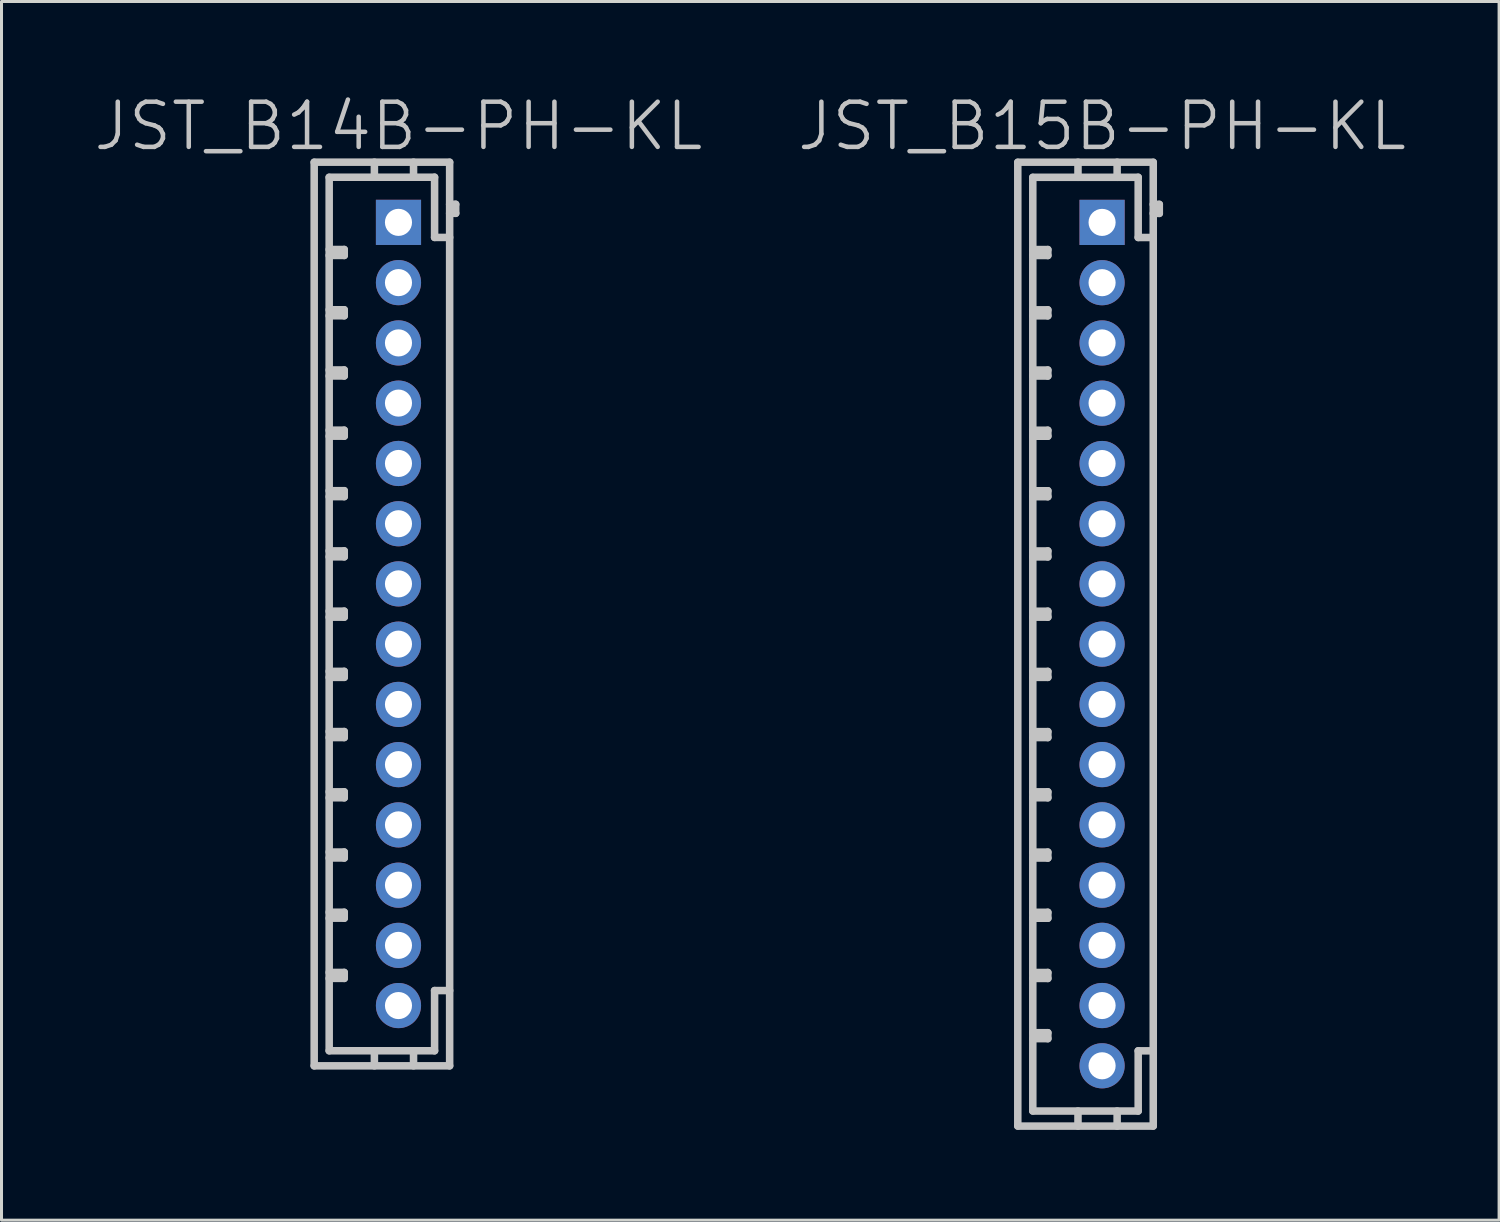
<source format=kicad_pcb>
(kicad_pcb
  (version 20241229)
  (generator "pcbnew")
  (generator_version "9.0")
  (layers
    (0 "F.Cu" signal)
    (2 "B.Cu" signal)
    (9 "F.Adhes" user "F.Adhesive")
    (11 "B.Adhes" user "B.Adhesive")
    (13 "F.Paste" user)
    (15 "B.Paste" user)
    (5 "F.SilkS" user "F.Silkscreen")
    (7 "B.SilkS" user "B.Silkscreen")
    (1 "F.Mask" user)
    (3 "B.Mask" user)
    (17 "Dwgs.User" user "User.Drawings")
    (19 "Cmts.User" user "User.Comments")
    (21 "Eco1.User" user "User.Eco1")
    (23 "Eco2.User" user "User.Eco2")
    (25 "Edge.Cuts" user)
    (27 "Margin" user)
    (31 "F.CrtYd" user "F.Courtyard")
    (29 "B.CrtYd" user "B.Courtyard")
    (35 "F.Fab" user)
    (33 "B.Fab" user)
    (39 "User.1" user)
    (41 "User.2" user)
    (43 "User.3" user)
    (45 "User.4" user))
  (footprint "JST_B15B-PH-KL"
    (layer "F.Cu")
    (at 33.546 18.341)
    (property "Reference" "JST_B15B-PH-KL" (at 0 -17.2 180) (layer "Dwgs.User") (effects (font (size 1.5 1.5) (thickness 0.15))))
    (attr through_hole)
    (fp_line (start -2.799 15.999) (end -2.799 -15.999) (stroke (width 0.25) (type solid)) (layer "Dwgs.User"))
    (fp_line (start -2.301 -15.499) (end -2.301 15.499) (stroke (width 0.25) (type solid)) (layer "Dwgs.User"))
    (fp_line (start -2.301 -13.104) (end -1.801 -13.104) (stroke (width 0.25) (type solid)) (layer "Dwgs.User"))
    (fp_line (start -2.301 -11.102) (end -1.801 -11.102) (stroke (width 0.25) (type solid)) (layer "Dwgs.User"))
    (fp_line (start -2.301 -9.103) (end -1.801 -9.103) (stroke (width 0.25) (type solid)) (layer "Dwgs.User"))
    (fp_line (start -2.301 -7.104) (end -1.801 -7.104) (stroke (width 0.25) (type solid)) (layer "Dwgs.User"))
    (fp_line (start -2.301 -5.095) (end -1.801 -5.095) (stroke (width 0.25) (type solid)) (layer "Dwgs.User"))
    (fp_line (start -2.301 -3.096) (end -1.801 -3.096) (stroke (width 0.25) (type solid)) (layer "Dwgs.User"))
    (fp_line (start -2.301 -1.095) (end -1.801 -1.095) (stroke (width 0.25) (type solid)) (layer "Dwgs.User"))
    (fp_line (start -2.301 0.904) (end -1.801 0.904) (stroke (width 0.25) (type solid)) (layer "Dwgs.User"))
    (fp_line (start -2.301 2.903) (end -1.801 2.903) (stroke (width 0.25) (type solid)) (layer "Dwgs.User"))
    (fp_line (start -2.301 4.902) (end -1.801 4.902) (stroke (width 0.25) (type solid)) (layer "Dwgs.User"))
    (fp_line (start -2.301 6.904) (end -1.801 6.904) (stroke (width 0.25) (type solid)) (layer "Dwgs.User"))
    (fp_line (start -2.301 8.903) (end -1.801 8.903) (stroke (width 0.25) (type solid)) (layer "Dwgs.User"))
    (fp_line (start -2.301 10.902) (end -1.801 10.902) (stroke (width 0.25) (type solid)) (layer "Dwgs.User"))
    (fp_line (start -2.301 12.901) (end -1.801 12.901) (stroke (width 0.25) (type solid)) (layer "Dwgs.User"))
    (fp_line (start -2.301 15.502) (end 1.199 15.502) (stroke (width 0.25) (type solid)) (layer "Dwgs.User"))
    (fp_line (start -1.801 -13.104) (end -1.801 -12.906) (stroke (width 0.25) (type solid)) (layer "Dwgs.User"))
    (fp_line (start -1.801 -12.906) (end -2.301 -12.906) (stroke (width 0.25) (type solid)) (layer "Dwgs.User"))
    (fp_line (start -1.801 -11.102) (end -1.801 -10.904) (stroke (width 0.25) (type solid)) (layer "Dwgs.User"))
    (fp_line (start -1.801 -10.904) (end -2.301 -10.904) (stroke (width 0.25) (type solid)) (layer "Dwgs.User"))
    (fp_line (start -1.801 -9.103) (end -1.801 -8.905) (stroke (width 0.25) (type solid)) (layer "Dwgs.User"))
    (fp_line (start -1.801 -8.905) (end -2.301 -8.905) (stroke (width 0.25) (type solid)) (layer "Dwgs.User"))
    (fp_line (start -1.801 -7.104) (end -1.801 -6.906) (stroke (width 0.25) (type solid)) (layer "Dwgs.User"))
    (fp_line (start -1.801 -6.906) (end -2.301 -6.906) (stroke (width 0.25) (type solid)) (layer "Dwgs.User"))
    (fp_line (start -1.801 -5.095) (end -1.801 -4.897) (stroke (width 0.25) (type solid)) (layer "Dwgs.User"))
    (fp_line (start -1.801 -4.897) (end -2.301 -4.897) (stroke (width 0.25) (type solid)) (layer "Dwgs.User"))
    (fp_line (start -1.801 -3.096) (end -1.801 -2.898) (stroke (width 0.25) (type solid)) (layer "Dwgs.User"))
    (fp_line (start -1.801 -2.898) (end -2.301 -2.898) (stroke (width 0.25) (type solid)) (layer "Dwgs.User"))
    (fp_line (start -1.801 -1.095) (end -1.801 -0.897) (stroke (width 0.25) (type solid)) (layer "Dwgs.User"))
    (fp_line (start -1.801 -0.897) (end -2.301 -0.897) (stroke (width 0.25) (type solid)) (layer "Dwgs.User"))
    (fp_line (start -1.801 0.904) (end -1.801 1.102) (stroke (width 0.25) (type solid)) (layer "Dwgs.User"))
    (fp_line (start -1.801 1.102) (end -2.301 1.102) (stroke (width 0.25) (type solid)) (layer "Dwgs.User"))
    (fp_line (start -1.801 2.903) (end -1.801 3.101) (stroke (width 0.25) (type solid)) (layer "Dwgs.User"))
    (fp_line (start -1.801 3.101) (end -2.301 3.101) (stroke (width 0.25) (type solid)) (layer "Dwgs.User"))
    (fp_line (start -1.801 4.902) (end -1.801 5.1) (stroke (width 0.25) (type solid)) (layer "Dwgs.User"))
    (fp_line (start -1.801 5.1) (end -2.301 5.1) (stroke (width 0.25) (type solid)) (layer "Dwgs.User"))
    (fp_line (start -1.801 6.904) (end -1.801 7.102) (stroke (width 0.25) (type solid)) (layer "Dwgs.User"))
    (fp_line (start -1.801 7.102) (end -2.301 7.102) (stroke (width 0.25) (type solid)) (layer "Dwgs.User"))
    (fp_line (start -1.801 8.903) (end -1.801 9.101) (stroke (width 0.25) (type solid)) (layer "Dwgs.User"))
    (fp_line (start -1.801 9.101) (end -2.301 9.101) (stroke (width 0.25) (type solid)) (layer "Dwgs.User"))
    (fp_line (start -1.801 10.902) (end -1.801 11.1) (stroke (width 0.25) (type solid)) (layer "Dwgs.User"))
    (fp_line (start -1.801 11.1) (end -2.301 11.1) (stroke (width 0.25) (type solid)) (layer "Dwgs.User"))
    (fp_line (start -1.801 12.901) (end -1.801 13.099) (stroke (width 0.25) (type solid)) (layer "Dwgs.User"))
    (fp_line (start -1.801 13.099) (end -2.301 13.099) (stroke (width 0.25) (type solid)) (layer "Dwgs.User"))
    (fp_line (start -0.8 -15.504) (end -0.8 -16.005) (stroke (width 0.25) (type solid)) (layer "Dwgs.User"))
    (fp_line (start -0.8 15.502) (end -0.8 16.002) (stroke (width 0.25) (type solid)) (layer "Dwgs.User"))
    (fp_line (start 0.5 -15.504) (end 0.5 -16.005) (stroke (width 0.25) (type solid)) (layer "Dwgs.User"))
    (fp_line (start 0.5 16.002) (end 0.5 15.502) (stroke (width 0.25) (type solid)) (layer "Dwgs.User"))
    (fp_line (start 1.199 -15.504) (end -2.301 -15.504) (stroke (width 0.25) (type solid)) (layer "Dwgs.User"))
    (fp_line (start 1.199 -13.505) (end 1.199 -15.504) (stroke (width 0.25) (type solid)) (layer "Dwgs.User"))
    (fp_line (start 1.199 13.503) (end 1.699 13.503) (stroke (width 0.25) (type solid)) (layer "Dwgs.User"))
    (fp_line (start 1.199 15.502) (end 1.199 13.503) (stroke (width 0.25) (type solid)) (layer "Dwgs.User"))
    (fp_line (start 1.699 -16.005) (end -2.799 -16.005) (stroke (width 0.25) (type solid)) (layer "Dwgs.User"))
    (fp_line (start 1.699 -14.305) (end 1.9 -14.305) (stroke (width 0.25) (type solid)) (layer "Dwgs.User"))
    (fp_line (start 1.699 -13.505) (end 1.199 -13.505) (stroke (width 0.25) (type solid)) (layer "Dwgs.User"))
    (fp_line (start 1.699 15.999) (end 1.699 -15.999) (stroke (width 0.25) (type solid)) (layer "Dwgs.User"))
    (fp_line (start 1.699 16.002) (end -2.799 16.002) (stroke (width 0.25) (type solid)) (layer "Dwgs.User"))
    (fp_line (start 1.9 -14.605) (end 1.699 -14.605) (stroke (width 0.25) (type solid)) (layer "Dwgs.User"))
    (fp_line (start 1.9 -14.305) (end 1.9 -14.605) (stroke (width 0.25) (type solid)) (layer "Dwgs.User"))
    (pad "1" thru_hole rect (at 0 -14.006) (size 1.5 1.5) (drill 0.9) (layers "*.Cu" "*.Mask"))
    (pad "2" thru_hole circle (at 0 -12.004 270) (size 1.5 1.5) (drill 0.9) (layers "*.Cu" "*.Mask"))
    (pad "3" thru_hole circle (at 0 -10.003 270) (size 1.5 1.5) (drill 0.9) (layers "*.Cu" "*.Mask"))
    (pad "4" thru_hole circle (at 0 -8.004 270) (size 1.5 1.5) (drill 0.9) (layers "*.Cu" "*.Mask"))
    (pad "5" thru_hole circle (at 0 -5.999 270) (size 1.5 1.5) (drill 0.9) (layers "*.Cu" "*.Mask"))
    (pad "6" thru_hole circle (at 0 -3.998 270) (size 1.5 1.5) (drill 0.9) (layers "*.Cu" "*.Mask"))
    (pad "7" thru_hole circle (at 0 -2.002 270) (size 1.5 1.5) (drill 0.9) (layers "*.Cu" "*.Mask"))
    (pad "8" thru_hole circle (at 0 -0.003 270) (size 1.5 1.5) (drill 0.9) (layers "*.Cu" "*.Mask"))
    (pad "9" thru_hole circle (at 0 1.999 270) (size 1.5 1.5) (drill 0.9) (layers "*.Cu" "*.Mask"))
    (pad "10" thru_hole circle (at 0 3.998 270) (size 1.5 1.5) (drill 0.9) (layers "*.Cu" "*.Mask"))
    (pad "11" thru_hole circle (at 0 5.999 270) (size 1.5 1.5) (drill 0.9) (layers "*.Cu" "*.Mask"))
    (pad "12" thru_hole circle (at 0 8.001 270) (size 1.5 1.5) (drill 0.9) (layers "*.Cu" "*.Mask"))
    (pad "13" thru_hole circle (at 0 10 270) (size 1.5 1.5) (drill 0.9) (layers "*.Cu" "*.Mask"))
    (pad "14" thru_hole circle (at 0 11.999 270) (size 1.5 1.5) (drill 0.9) (layers "*.Cu" "*.Mask"))
    (pad "15" thru_hole circle (at 0 14 270) (size 1.5 1.5) (drill 0.9) (layers "*.Cu" "*.Mask")))
  (footprint "JST_B14B-PH-KL"
    (layer "F.Cu")
    (at 10.182 17.341)
    (property "Reference" "JST_B14B-PH-KL" (at 0 -16.2 180) (layer "Dwgs.User") (effects (font (size 1.5 1.5) (thickness 0.15))))
    (attr through_hole)
    (fp_line (start -2.799 -15.001) (end -2.799 15.001) (stroke (width 0.25) (type solid)) (layer "Dwgs.User"))
    (fp_line (start -2.301 -12.106) (end -1.801 -12.106) (stroke (width 0.25) (type solid)) (layer "Dwgs.User"))
    (fp_line (start -2.301 -10.104) (end -1.801 -10.104) (stroke (width 0.25) (type solid)) (layer "Dwgs.User"))
    (fp_line (start -2.301 -8.105) (end -1.801 -8.105) (stroke (width 0.25) (type solid)) (layer "Dwgs.User"))
    (fp_line (start -2.301 -6.106) (end -1.801 -6.106) (stroke (width 0.25) (type solid)) (layer "Dwgs.User"))
    (fp_line (start -2.301 -4.097) (end -1.801 -4.097) (stroke (width 0.25) (type solid)) (layer "Dwgs.User"))
    (fp_line (start -2.301 -2.098) (end -1.801 -2.098) (stroke (width 0.25) (type solid)) (layer "Dwgs.User"))
    (fp_line (start -2.301 -0.097) (end -1.801 -0.097) (stroke (width 0.25) (type solid)) (layer "Dwgs.User"))
    (fp_line (start -2.301 1.902) (end -1.801 1.902) (stroke (width 0.25) (type solid)) (layer "Dwgs.User"))
    (fp_line (start -2.301 3.901) (end -1.801 3.901) (stroke (width 0.25) (type solid)) (layer "Dwgs.User"))
    (fp_line (start -2.301 5.903) (end -1.801 5.903) (stroke (width 0.25) (type solid)) (layer "Dwgs.User"))
    (fp_line (start -2.301 7.902) (end -1.801 7.902) (stroke (width 0.25) (type solid)) (layer "Dwgs.User"))
    (fp_line (start -2.301 9.901) (end -1.801 9.901) (stroke (width 0.25) (type solid)) (layer "Dwgs.User"))
    (fp_line (start -2.301 11.9) (end -1.801 11.9) (stroke (width 0.25) (type solid)) (layer "Dwgs.User"))
    (fp_line (start -2.301 14.501) (end -2.301 -14.501) (stroke (width 0.25) (type solid)) (layer "Dwgs.User"))
    (fp_line (start -2.301 14.501) (end 1.199 14.501) (stroke (width 0.25) (type solid)) (layer "Dwgs.User"))
    (fp_line (start -1.801 -12.106) (end -1.801 -11.908) (stroke (width 0.25) (type solid)) (layer "Dwgs.User"))
    (fp_line (start -1.801 -11.908) (end -2.301 -11.908) (stroke (width 0.25) (type solid)) (layer "Dwgs.User"))
    (fp_line (start -1.801 -10.104) (end -1.801 -9.906) (stroke (width 0.25) (type solid)) (layer "Dwgs.User"))
    (fp_line (start -1.801 -9.906) (end -2.301 -9.906) (stroke (width 0.25) (type solid)) (layer "Dwgs.User"))
    (fp_line (start -1.801 -8.105) (end -1.801 -7.907) (stroke (width 0.25) (type solid)) (layer "Dwgs.User"))
    (fp_line (start -1.801 -7.907) (end -2.301 -7.907) (stroke (width 0.25) (type solid)) (layer "Dwgs.User"))
    (fp_line (start -1.801 -6.106) (end -1.801 -5.908) (stroke (width 0.25) (type solid)) (layer "Dwgs.User"))
    (fp_line (start -1.801 -5.908) (end -2.301 -5.908) (stroke (width 0.25) (type solid)) (layer "Dwgs.User"))
    (fp_line (start -1.801 -4.097) (end -1.801 -3.899) (stroke (width 0.25) (type solid)) (layer "Dwgs.User"))
    (fp_line (start -1.801 -3.899) (end -2.301 -3.899) (stroke (width 0.25) (type solid)) (layer "Dwgs.User"))
    (fp_line (start -1.801 -2.098) (end -1.801 -1.9) (stroke (width 0.25) (type solid)) (layer "Dwgs.User"))
    (fp_line (start -1.801 -1.9) (end -2.301 -1.9) (stroke (width 0.25) (type solid)) (layer "Dwgs.User"))
    (fp_line (start -1.801 -0.097) (end -1.801 0.102) (stroke (width 0.25) (type solid)) (layer "Dwgs.User"))
    (fp_line (start -1.801 0.102) (end -2.301 0.102) (stroke (width 0.25) (type solid)) (layer "Dwgs.User"))
    (fp_line (start -1.801 1.902) (end -1.801 2.101) (stroke (width 0.25) (type solid)) (layer "Dwgs.User"))
    (fp_line (start -1.801 2.101) (end -2.301 2.101) (stroke (width 0.25) (type solid)) (layer "Dwgs.User"))
    (fp_line (start -1.801 3.901) (end -1.801 4.1) (stroke (width 0.25) (type solid)) (layer "Dwgs.User"))
    (fp_line (start -1.801 4.1) (end -2.301 4.1) (stroke (width 0.25) (type solid)) (layer "Dwgs.User"))
    (fp_line (start -1.801 5.903) (end -1.801 6.101) (stroke (width 0.25) (type solid)) (layer "Dwgs.User"))
    (fp_line (start -1.801 6.101) (end -2.301 6.101) (stroke (width 0.25) (type solid)) (layer "Dwgs.User"))
    (fp_line (start -1.801 7.902) (end -1.801 8.1) (stroke (width 0.25) (type solid)) (layer "Dwgs.User"))
    (fp_line (start -1.801 8.1) (end -2.301 8.1) (stroke (width 0.25) (type solid)) (layer "Dwgs.User"))
    (fp_line (start -1.801 9.901) (end -1.801 10.099) (stroke (width 0.25) (type solid)) (layer "Dwgs.User"))
    (fp_line (start -1.801 10.099) (end -2.301 10.099) (stroke (width 0.25) (type solid)) (layer "Dwgs.User"))
    (fp_line (start -1.801 11.9) (end -1.801 12.098) (stroke (width 0.25) (type solid)) (layer "Dwgs.User"))
    (fp_line (start -1.801 12.098) (end -2.301 12.098) (stroke (width 0.25) (type solid)) (layer "Dwgs.User"))
    (fp_line (start -0.8 -14.506) (end -0.8 -15.006) (stroke (width 0.25) (type solid)) (layer "Dwgs.User"))
    (fp_line (start -0.8 14.501) (end -0.8 15.001) (stroke (width 0.25) (type solid)) (layer "Dwgs.User"))
    (fp_line (start 0.5 -14.506) (end 0.5 -15.006) (stroke (width 0.25) (type solid)) (layer "Dwgs.User"))
    (fp_line (start 0.5 15.001) (end 0.5 14.501) (stroke (width 0.25) (type solid)) (layer "Dwgs.User"))
    (fp_line (start 1.199 -14.506) (end -2.301 -14.506) (stroke (width 0.25) (type solid)) (layer "Dwgs.User"))
    (fp_line (start 1.199 -12.507) (end 1.199 -14.506) (stroke (width 0.25) (type solid)) (layer "Dwgs.User"))
    (fp_line (start 1.199 12.502) (end 1.699 12.502) (stroke (width 0.25) (type solid)) (layer "Dwgs.User"))
    (fp_line (start 1.199 14.501) (end 1.199 12.502) (stroke (width 0.25) (type solid)) (layer "Dwgs.User"))
    (fp_line (start 1.699 -15.006) (end -2.799 -15.006) (stroke (width 0.25) (type solid)) (layer "Dwgs.User"))
    (fp_line (start 1.699 -15.001) (end 1.699 15.001) (stroke (width 0.25) (type solid)) (layer "Dwgs.User"))
    (fp_line (start 1.699 -13.307) (end 1.9 -13.307) (stroke (width 0.25) (type solid)) (layer "Dwgs.User"))
    (fp_line (start 1.699 -12.507) (end 1.199 -12.507) (stroke (width 0.25) (type solid)) (layer "Dwgs.User"))
    (fp_line (start 1.699 15.001) (end -2.799 15.001) (stroke (width 0.25) (type solid)) (layer "Dwgs.User"))
    (fp_line (start 1.9 -13.607) (end 1.699 -13.607) (stroke (width 0.25) (type solid)) (layer "Dwgs.User"))
    (fp_line (start 1.9 -13.307) (end 1.9 -13.607) (stroke (width 0.25) (type solid)) (layer "Dwgs.User"))
    (pad "1" thru_hole rect (at 0 -13.007) (size 1.5 1.5) (drill 0.9) (layers "*.Cu" "*.Mask"))
    (pad "2" thru_hole circle (at 0 -11.006 270) (size 1.5 1.5) (drill 0.9) (layers "*.Cu" "*.Mask"))
    (pad "3" thru_hole circle (at 0 -9.004 270) (size 1.5 1.5) (drill 0.9) (layers "*.Cu" "*.Mask"))
    (pad "4" thru_hole circle (at 0 -7.005 270) (size 1.5 1.5) (drill 0.9) (layers "*.Cu" "*.Mask"))
    (pad "5" thru_hole circle (at 0 -5.001 270) (size 1.5 1.5) (drill 0.9) (layers "*.Cu" "*.Mask"))
    (pad "6" thru_hole circle (at 0 -3 270) (size 1.5 1.5) (drill 0.9) (layers "*.Cu" "*.Mask"))
    (pad "7" thru_hole circle (at 0 -1.003 270) (size 1.5 1.5) (drill 0.9) (layers "*.Cu" "*.Mask"))
    (pad "8" thru_hole circle (at 0 0.998 270) (size 1.5 1.5) (drill 0.9) (layers "*.Cu" "*.Mask"))
    (pad "9" thru_hole circle (at 0 3 270) (size 1.5 1.5) (drill 0.9) (layers "*.Cu" "*.Mask"))
    (pad "10" thru_hole circle (at 0 4.999 270) (size 1.5 1.5) (drill 0.9) (layers "*.Cu" "*.Mask"))
    (pad "11" thru_hole circle (at 0 7 270) (size 1.5 1.5) (drill 0.9) (layers "*.Cu" "*.Mask"))
    (pad "12" thru_hole circle (at 0 9.002 270) (size 1.5 1.5) (drill 0.9) (layers "*.Cu" "*.Mask"))
    (pad "13" thru_hole circle (at 0 11.001 270) (size 1.5 1.5) (drill 0.9) (layers "*.Cu" "*.Mask"))
    (pad "14" thru_hole circle (at 0 13 270) (size 1.5 1.5) (drill 0.9) (layers "*.Cu" "*.Mask")))
  (gr_rect
    (start -3 -3)
    (end 46.729 37.468)
    (stroke (width 0.1) (type default))
    (fill no)
    (layer "Edge.Cuts")))
</source>
